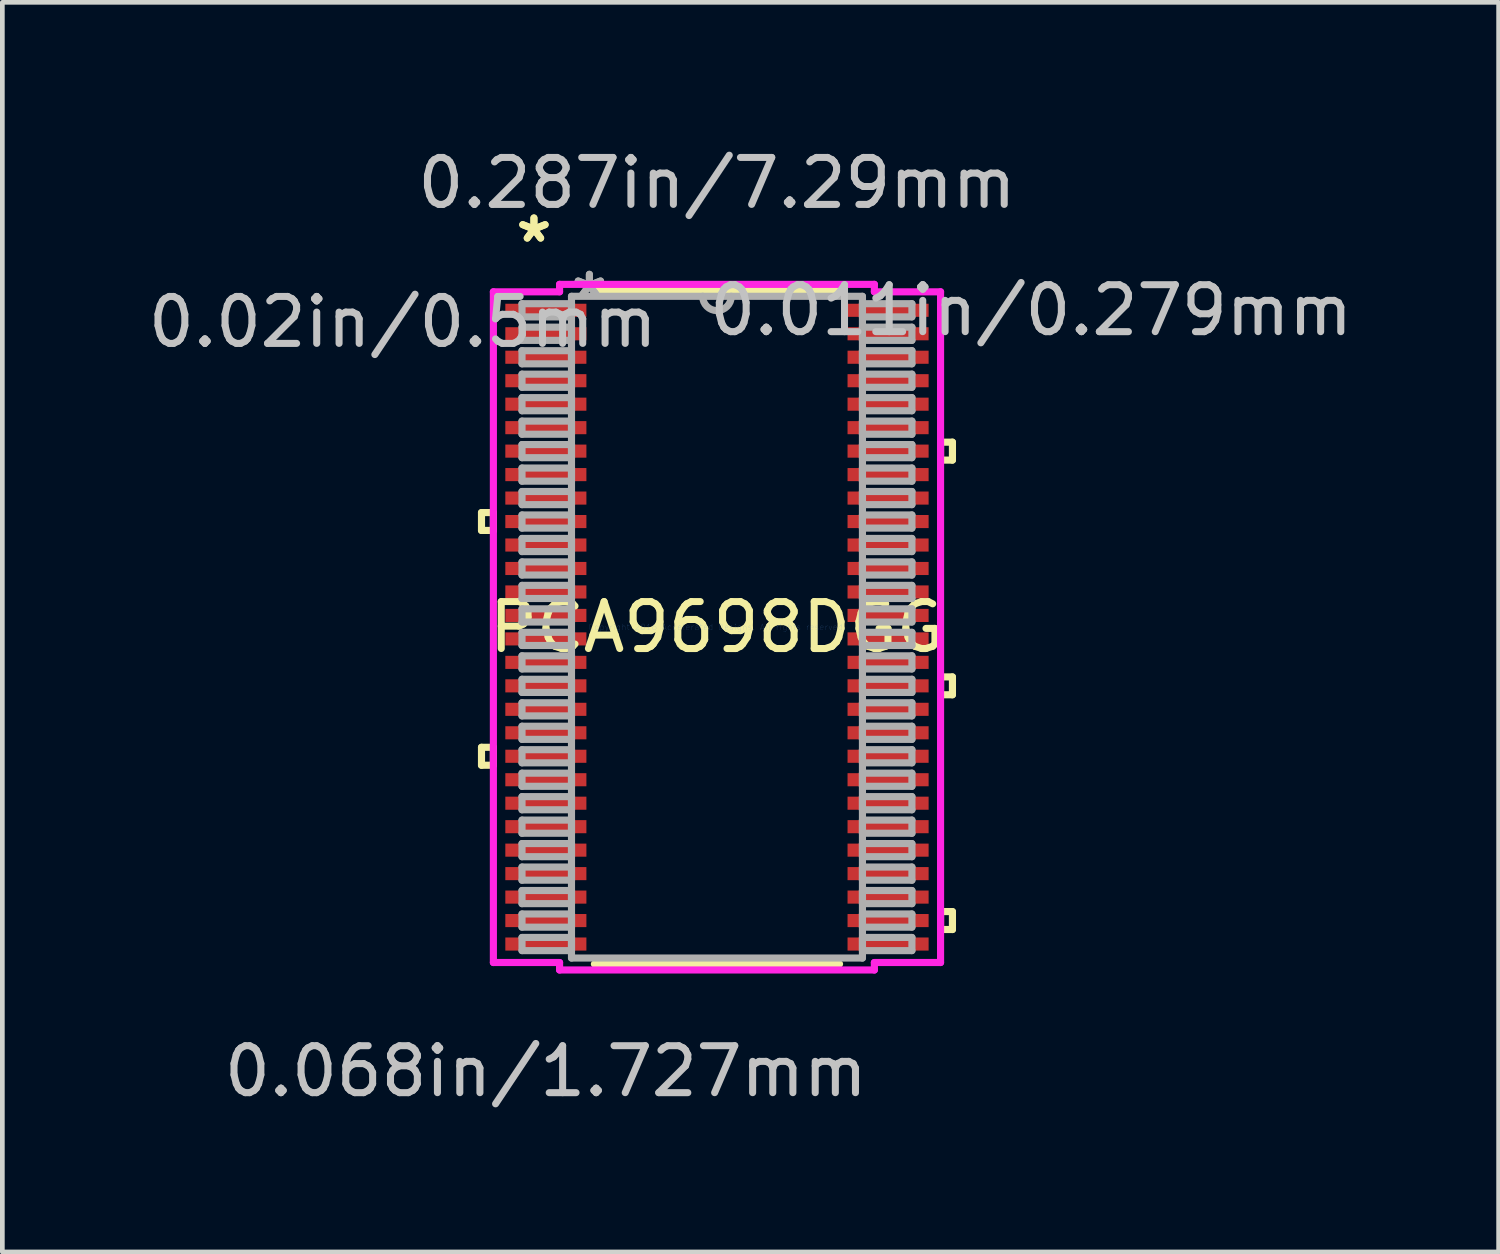
<source format=kicad_pcb>
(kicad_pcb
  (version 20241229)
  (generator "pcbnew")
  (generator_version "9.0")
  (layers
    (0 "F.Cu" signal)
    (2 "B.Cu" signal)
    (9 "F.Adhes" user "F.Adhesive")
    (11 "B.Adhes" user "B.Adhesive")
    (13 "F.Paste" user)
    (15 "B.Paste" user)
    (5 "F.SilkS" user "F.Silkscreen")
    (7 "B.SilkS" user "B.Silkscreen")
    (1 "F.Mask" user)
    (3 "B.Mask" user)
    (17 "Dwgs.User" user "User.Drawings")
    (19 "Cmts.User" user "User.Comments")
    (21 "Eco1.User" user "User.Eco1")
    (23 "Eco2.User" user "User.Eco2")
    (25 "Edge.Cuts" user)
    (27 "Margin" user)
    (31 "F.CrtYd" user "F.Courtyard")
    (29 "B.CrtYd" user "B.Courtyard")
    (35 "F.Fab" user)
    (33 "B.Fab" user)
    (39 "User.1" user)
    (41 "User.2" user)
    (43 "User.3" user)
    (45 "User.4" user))
  (footprint "PCA9698DGG"
    (layer "F.Cu")
    (at 12.223 10.31)
    (property "Reference" "PCA9698DGG" (at 0 0 0) (layer "F.SilkS") (effects (font (size 1 1) (thickness 0.15))))
    (attr through_hole)
    (fp_line (start -5.016 -2.441) (end -5.016 -2.06) (stroke (width 0.152) (type solid)) (layer "F.SilkS"))
    (fp_line (start -5.016 -2.06) (end -4.763 -2.06) (stroke (width 0.152) (type solid)) (layer "F.SilkS"))
    (fp_line (start -5.016 2.559) (end -5.016 2.941) (stroke (width 0.152) (type solid)) (layer "F.SilkS"))
    (fp_line (start -5.016 2.941) (end -4.763 2.941) (stroke (width 0.152) (type solid)) (layer "F.SilkS"))
    (fp_line (start -4.763 -2.441) (end -5.016 -2.441) (stroke (width 0.152) (type solid)) (layer "F.SilkS"))
    (fp_line (start -4.763 -2.06) (end -4.763 -2.441) (stroke (width 0.152) (type solid)) (layer "F.SilkS"))
    (fp_line (start -4.763 2.559) (end -5.016 2.559) (stroke (width 0.152) (type solid)) (layer "F.SilkS"))
    (fp_line (start -4.763 2.941) (end -4.763 2.559) (stroke (width 0.152) (type solid)) (layer "F.SilkS"))
    (fp_line (start -2.611 7.176) (end 2.611 7.176) (stroke (width 0.152) (type solid)) (layer "F.SilkS"))
    (fp_line (start 2.611 -7.176) (end -2.611 -7.176) (stroke (width 0.152) (type solid)) (layer "F.SilkS"))
    (fp_line (start 4.763 -3.941) (end 5.016 -3.941) (stroke (width 0.152) (type solid)) (layer "F.SilkS"))
    (fp_line (start 4.763 -3.559) (end 4.763 -3.941) (stroke (width 0.152) (type solid)) (layer "F.SilkS"))
    (fp_line (start 4.763 1.06) (end 5.016 1.06) (stroke (width 0.152) (type solid)) (layer "F.SilkS"))
    (fp_line (start 4.763 1.44) (end 4.763 1.06) (stroke (width 0.152) (type solid)) (layer "F.SilkS"))
    (fp_line (start 4.763 6.059) (end 5.016 6.059) (stroke (width 0.152) (type solid)) (layer "F.SilkS"))
    (fp_line (start 4.763 6.441) (end 4.763 6.059) (stroke (width 0.152) (type solid)) (layer "F.SilkS"))
    (fp_line (start 5.016 -3.941) (end 5.016 -3.559) (stroke (width 0.152) (type solid)) (layer "F.SilkS"))
    (fp_line (start 5.016 -3.559) (end 4.763 -3.559) (stroke (width 0.152) (type solid)) (layer "F.SilkS"))
    (fp_line (start 5.016 1.06) (end 5.016 1.44) (stroke (width 0.152) (type solid)) (layer "F.SilkS"))
    (fp_line (start 5.016 1.44) (end 4.763 1.44) (stroke (width 0.152) (type solid)) (layer "F.SilkS"))
    (fp_line (start 5.016 6.059) (end 5.016 6.441) (stroke (width 0.152) (type solid)) (layer "F.SilkS"))
    (fp_line (start 5.016 6.441) (end 4.763 6.441) (stroke (width 0.152) (type solid)) (layer "F.SilkS"))
    (fp_line (start -4.763 -7.144) (end -3.353 -7.144) (stroke (width 0.152) (type solid)) (layer "F.CrtYd"))
    (fp_line (start -4.763 7.144) (end -4.763 -7.144) (stroke (width 0.152) (type solid)) (layer "F.CrtYd"))
    (fp_line (start -3.353 -7.303) (end 3.353 -7.303) (stroke (width 0.152) (type solid)) (layer "F.CrtYd"))
    (fp_line (start -3.353 -7.144) (end -3.353 -7.303) (stroke (width 0.152) (type solid)) (layer "F.CrtYd"))
    (fp_line (start -3.353 7.144) (end -4.763 7.144) (stroke (width 0.152) (type solid)) (layer "F.CrtYd"))
    (fp_line (start -3.353 7.303) (end -3.353 7.144) (stroke (width 0.152) (type solid)) (layer "F.CrtYd"))
    (fp_line (start 3.353 -7.303) (end 3.353 -7.144) (stroke (width 0.152) (type solid)) (layer "F.CrtYd"))
    (fp_line (start 3.353 -7.144) (end 4.763 -7.144) (stroke (width 0.152) (type solid)) (layer "F.CrtYd"))
    (fp_line (start 3.353 7.144) (end 3.353 7.303) (stroke (width 0.152) (type solid)) (layer "F.CrtYd"))
    (fp_line (start 3.353 7.303) (end -3.353 7.303) (stroke (width 0.152) (type solid)) (layer "F.CrtYd"))
    (fp_line (start 4.763 -7.144) (end 4.763 7.144) (stroke (width 0.152) (type solid)) (layer "F.CrtYd"))
    (fp_line (start 4.763 7.144) (end 3.353 7.144) (stroke (width 0.152) (type solid)) (layer "F.CrtYd"))
    (fp_line (start -4.153 -6.89) (end -4.153 -6.61) (stroke (width 0.152) (type solid)) (layer "F.Fab"))
    (fp_line (start -4.153 -6.61) (end -3.099 -6.61) (stroke (width 0.152) (type solid)) (layer "F.Fab"))
    (fp_line (start -4.153 -6.39) (end -4.153 -6.11) (stroke (width 0.152) (type solid)) (layer "F.Fab"))
    (fp_line (start -4.153 -6.11) (end -3.099 -6.11) (stroke (width 0.152) (type solid)) (layer "F.Fab"))
    (fp_line (start -4.153 -5.89) (end -4.153 -5.61) (stroke (width 0.152) (type solid)) (layer "F.Fab"))
    (fp_line (start -4.153 -5.61) (end -3.099 -5.61) (stroke (width 0.152) (type solid)) (layer "F.Fab"))
    (fp_line (start -4.153 -5.39) (end -4.153 -5.11) (stroke (width 0.152) (type solid)) (layer "F.Fab"))
    (fp_line (start -4.153 -5.11) (end -3.099 -5.11) (stroke (width 0.152) (type solid)) (layer "F.Fab"))
    (fp_line (start -4.153 -4.89) (end -4.153 -4.61) (stroke (width 0.152) (type solid)) (layer "F.Fab"))
    (fp_line (start -4.153 -4.61) (end -3.099 -4.61) (stroke (width 0.152) (type solid)) (layer "F.Fab"))
    (fp_line (start -4.153 -4.39) (end -4.153 -4.11) (stroke (width 0.152) (type solid)) (layer "F.Fab"))
    (fp_line (start -4.153 -4.11) (end -3.099 -4.11) (stroke (width 0.152) (type solid)) (layer "F.Fab"))
    (fp_line (start -4.153 -3.89) (end -4.153 -3.61) (stroke (width 0.152) (type solid)) (layer "F.Fab"))
    (fp_line (start -4.153 -3.61) (end -3.099 -3.61) (stroke (width 0.152) (type solid)) (layer "F.Fab"))
    (fp_line (start -4.153 -3.39) (end -4.153 -3.11) (stroke (width 0.152) (type solid)) (layer "F.Fab"))
    (fp_line (start -4.153 -3.11) (end -3.099 -3.11) (stroke (width 0.152) (type solid)) (layer "F.Fab"))
    (fp_line (start -4.153 -2.89) (end -4.153 -2.61) (stroke (width 0.152) (type solid)) (layer "F.Fab"))
    (fp_line (start -4.153 -2.61) (end -3.099 -2.61) (stroke (width 0.152) (type solid)) (layer "F.Fab"))
    (fp_line (start -4.153 -2.39) (end -4.153 -2.11) (stroke (width 0.152) (type solid)) (layer "F.Fab"))
    (fp_line (start -4.153 -2.11) (end -3.099 -2.11) (stroke (width 0.152) (type solid)) (layer "F.Fab"))
    (fp_line (start -4.153 -1.89) (end -4.153 -1.61) (stroke (width 0.152) (type solid)) (layer "F.Fab"))
    (fp_line (start -4.153 -1.61) (end -3.099 -1.61) (stroke (width 0.152) (type solid)) (layer "F.Fab"))
    (fp_line (start -4.153 -1.39) (end -4.153 -1.11) (stroke (width 0.152) (type solid)) (layer "F.Fab"))
    (fp_line (start -4.153 -1.11) (end -3.099 -1.11) (stroke (width 0.152) (type solid)) (layer "F.Fab"))
    (fp_line (start -4.153 -0.89) (end -4.153 -0.61) (stroke (width 0.152) (type solid)) (layer "F.Fab"))
    (fp_line (start -4.153 -0.61) (end -3.099 -0.61) (stroke (width 0.152) (type solid)) (layer "F.Fab"))
    (fp_line (start -4.153 -0.39) (end -4.153 -0.11) (stroke (width 0.152) (type solid)) (layer "F.Fab"))
    (fp_line (start -4.153 -0.11) (end -3.099 -0.11) (stroke (width 0.152) (type solid)) (layer "F.Fab"))
    (fp_line (start -4.153 0.11) (end -4.153 0.39) (stroke (width 0.152) (type solid)) (layer "F.Fab"))
    (fp_line (start -4.153 0.39) (end -3.099 0.39) (stroke (width 0.152) (type solid)) (layer "F.Fab"))
    (fp_line (start -4.153 0.61) (end -4.153 0.89) (stroke (width 0.152) (type solid)) (layer "F.Fab"))
    (fp_line (start -4.153 0.89) (end -3.099 0.89) (stroke (width 0.152) (type solid)) (layer "F.Fab"))
    (fp_line (start -4.153 1.11) (end -4.153 1.39) (stroke (width 0.152) (type solid)) (layer "F.Fab"))
    (fp_line (start -4.153 1.39) (end -3.099 1.39) (stroke (width 0.152) (type solid)) (layer "F.Fab"))
    (fp_line (start -4.153 1.61) (end -4.153 1.89) (stroke (width 0.152) (type solid)) (layer "F.Fab"))
    (fp_line (start -4.153 1.89) (end -3.099 1.89) (stroke (width 0.152) (type solid)) (layer "F.Fab"))
    (fp_line (start -4.153 2.11) (end -4.153 2.39) (stroke (width 0.152) (type solid)) (layer "F.Fab"))
    (fp_line (start -4.153 2.39) (end -3.099 2.39) (stroke (width 0.152) (type solid)) (layer "F.Fab"))
    (fp_line (start -4.153 2.61) (end -4.153 2.89) (stroke (width 0.152) (type solid)) (layer "F.Fab"))
    (fp_line (start -4.153 2.89) (end -3.099 2.89) (stroke (width 0.152) (type solid)) (layer "F.Fab"))
    (fp_line (start -4.153 3.11) (end -4.153 3.39) (stroke (width 0.152) (type solid)) (layer "F.Fab"))
    (fp_line (start -4.153 3.39) (end -3.099 3.39) (stroke (width 0.152) (type solid)) (layer "F.Fab"))
    (fp_line (start -4.153 3.61) (end -4.153 3.89) (stroke (width 0.152) (type solid)) (layer "F.Fab"))
    (fp_line (start -4.153 3.89) (end -3.099 3.89) (stroke (width 0.152) (type solid)) (layer "F.Fab"))
    (fp_line (start -4.153 4.11) (end -4.153 4.39) (stroke (width 0.152) (type solid)) (layer "F.Fab"))
    (fp_line (start -4.153 4.39) (end -3.099 4.39) (stroke (width 0.152) (type solid)) (layer "F.Fab"))
    (fp_line (start -4.153 4.61) (end -4.153 4.89) (stroke (width 0.152) (type solid)) (layer "F.Fab"))
    (fp_line (start -4.153 4.89) (end -3.099 4.89) (stroke (width 0.152) (type solid)) (layer "F.Fab"))
    (fp_line (start -4.153 5.11) (end -4.153 5.39) (stroke (width 0.152) (type solid)) (layer "F.Fab"))
    (fp_line (start -4.153 5.39) (end -3.099 5.39) (stroke (width 0.152) (type solid)) (layer "F.Fab"))
    (fp_line (start -4.153 5.61) (end -4.153 5.89) (stroke (width 0.152) (type solid)) (layer "F.Fab"))
    (fp_line (start -4.153 5.89) (end -3.099 5.89) (stroke (width 0.152) (type solid)) (layer "F.Fab"))
    (fp_line (start -4.153 6.11) (end -4.153 6.39) (stroke (width 0.152) (type solid)) (layer "F.Fab"))
    (fp_line (start -4.153 6.39) (end -3.099 6.39) (stroke (width 0.152) (type solid)) (layer "F.Fab"))
    (fp_line (start -4.153 6.61) (end -4.153 6.89) (stroke (width 0.152) (type solid)) (layer "F.Fab"))
    (fp_line (start -4.153 6.89) (end -3.099 6.89) (stroke (width 0.152) (type solid)) (layer "F.Fab"))
    (fp_line (start -3.099 -7.048) (end -3.099 7.048) (stroke (width 0.152) (type solid)) (layer "F.Fab"))
    (fp_line (start -3.099 -6.89) (end -4.153 -6.89) (stroke (width 0.152) (type solid)) (layer "F.Fab"))
    (fp_line (start -3.099 -6.61) (end -3.099 -6.89) (stroke (width 0.152) (type solid)) (layer "F.Fab"))
    (fp_line (start -3.099 -6.39) (end -4.153 -6.39) (stroke (width 0.152) (type solid)) (layer "F.Fab"))
    (fp_line (start -3.099 -6.11) (end -3.099 -6.39) (stroke (width 0.152) (type solid)) (layer "F.Fab"))
    (fp_line (start -3.099 -5.89) (end -4.153 -5.89) (stroke (width 0.152) (type solid)) (layer "F.Fab"))
    (fp_line (start -3.099 -5.61) (end -3.099 -5.89) (stroke (width 0.152) (type solid)) (layer "F.Fab"))
    (fp_line (start -3.099 -5.39) (end -4.153 -5.39) (stroke (width 0.152) (type solid)) (layer "F.Fab"))
    (fp_line (start -3.099 -5.11) (end -3.099 -5.39) (stroke (width 0.152) (type solid)) (layer "F.Fab"))
    (fp_line (start -3.099 -4.89) (end -4.153 -4.89) (stroke (width 0.152) (type solid)) (layer "F.Fab"))
    (fp_line (start -3.099 -4.61) (end -3.099 -4.89) (stroke (width 0.152) (type solid)) (layer "F.Fab"))
    (fp_line (start -3.099 -4.39) (end -4.153 -4.39) (stroke (width 0.152) (type solid)) (layer "F.Fab"))
    (fp_line (start -3.099 -4.11) (end -3.099 -4.39) (stroke (width 0.152) (type solid)) (layer "F.Fab"))
    (fp_line (start -3.099 -3.89) (end -4.153 -3.89) (stroke (width 0.152) (type solid)) (layer "F.Fab"))
    (fp_line (start -3.099 -3.61) (end -3.099 -3.89) (stroke (width 0.152) (type solid)) (layer "F.Fab"))
    (fp_line (start -3.099 -3.39) (end -4.153 -3.39) (stroke (width 0.152) (type solid)) (layer "F.Fab"))
    (fp_line (start -3.099 -3.11) (end -3.099 -3.39) (stroke (width 0.152) (type solid)) (layer "F.Fab"))
    (fp_line (start -3.099 -2.89) (end -4.153 -2.89) (stroke (width 0.152) (type solid)) (layer "F.Fab"))
    (fp_line (start -3.099 -2.61) (end -3.099 -2.89) (stroke (width 0.152) (type solid)) (layer "F.Fab"))
    (fp_line (start -3.099 -2.39) (end -4.153 -2.39) (stroke (width 0.152) (type solid)) (layer "F.Fab"))
    (fp_line (start -3.099 -2.11) (end -3.099 -2.39) (stroke (width 0.152) (type solid)) (layer "F.Fab"))
    (fp_line (start -3.099 -1.89) (end -4.153 -1.89) (stroke (width 0.152) (type solid)) (layer "F.Fab"))
    (fp_line (start -3.099 -1.61) (end -3.099 -1.89) (stroke (width 0.152) (type solid)) (layer "F.Fab"))
    (fp_line (start -3.099 -1.39) (end -4.153 -1.39) (stroke (width 0.152) (type solid)) (layer "F.Fab"))
    (fp_line (start -3.099 -1.11) (end -3.099 -1.39) (stroke (width 0.152) (type solid)) (layer "F.Fab"))
    (fp_line (start -3.099 -0.89) (end -4.153 -0.89) (stroke (width 0.152) (type solid)) (layer "F.Fab"))
    (fp_line (start -3.099 -0.61) (end -3.099 -0.89) (stroke (width 0.152) (type solid)) (layer "F.Fab"))
    (fp_line (start -3.099 -0.39) (end -4.153 -0.39) (stroke (width 0.152) (type solid)) (layer "F.Fab"))
    (fp_line (start -3.099 -0.11) (end -3.099 -0.39) (stroke (width 0.152) (type solid)) (layer "F.Fab"))
    (fp_line (start -3.099 0.11) (end -4.153 0.11) (stroke (width 0.152) (type solid)) (layer "F.Fab"))
    (fp_line (start -3.099 0.39) (end -3.099 0.11) (stroke (width 0.152) (type solid)) (layer "F.Fab"))
    (fp_line (start -3.099 0.61) (end -4.153 0.61) (stroke (width 0.152) (type solid)) (layer "F.Fab"))
    (fp_line (start -3.099 0.89) (end -3.099 0.61) (stroke (width 0.152) (type solid)) (layer "F.Fab"))
    (fp_line (start -3.099 1.11) (end -4.153 1.11) (stroke (width 0.152) (type solid)) (layer "F.Fab"))
    (fp_line (start -3.099 1.39) (end -3.099 1.11) (stroke (width 0.152) (type solid)) (layer "F.Fab"))
    (fp_line (start -3.099 1.61) (end -4.153 1.61) (stroke (width 0.152) (type solid)) (layer "F.Fab"))
    (fp_line (start -3.099 1.89) (end -3.099 1.61) (stroke (width 0.152) (type solid)) (layer "F.Fab"))
    (fp_line (start -3.099 2.11) (end -4.153 2.11) (stroke (width 0.152) (type solid)) (layer "F.Fab"))
    (fp_line (start -3.099 2.39) (end -3.099 2.11) (stroke (width 0.152) (type solid)) (layer "F.Fab"))
    (fp_line (start -3.099 2.61) (end -4.153 2.61) (stroke (width 0.152) (type solid)) (layer "F.Fab"))
    (fp_line (start -3.099 2.89) (end -3.099 2.61) (stroke (width 0.152) (type solid)) (layer "F.Fab"))
    (fp_line (start -3.099 3.11) (end -4.153 3.11) (stroke (width 0.152) (type solid)) (layer "F.Fab"))
    (fp_line (start -3.099 3.39) (end -3.099 3.11) (stroke (width 0.152) (type solid)) (layer "F.Fab"))
    (fp_line (start -3.099 3.61) (end -4.153 3.61) (stroke (width 0.152) (type solid)) (layer "F.Fab"))
    (fp_line (start -3.099 3.89) (end -3.099 3.61) (stroke (width 0.152) (type solid)) (layer "F.Fab"))
    (fp_line (start -3.099 4.11) (end -4.153 4.11) (stroke (width 0.152) (type solid)) (layer "F.Fab"))
    (fp_line (start -3.099 4.39) (end -3.099 4.11) (stroke (width 0.152) (type solid)) (layer "F.Fab"))
    (fp_line (start -3.099 4.61) (end -4.153 4.61) (stroke (width 0.152) (type solid)) (layer "F.Fab"))
    (fp_line (start -3.099 4.89) (end -3.099 4.61) (stroke (width 0.152) (type solid)) (layer "F.Fab"))
    (fp_line (start -3.099 5.11) (end -4.153 5.11) (stroke (width 0.152) (type solid)) (layer "F.Fab"))
    (fp_line (start -3.099 5.39) (end -3.099 5.11) (stroke (width 0.152) (type solid)) (layer "F.Fab"))
    (fp_line (start -3.099 5.61) (end -4.153 5.61) (stroke (width 0.152) (type solid)) (layer "F.Fab"))
    (fp_line (start -3.099 5.89) (end -3.099 5.61) (stroke (width 0.152) (type solid)) (layer "F.Fab"))
    (fp_line (start -3.099 6.11) (end -4.153 6.11) (stroke (width 0.152) (type solid)) (layer "F.Fab"))
    (fp_line (start -3.099 6.39) (end -3.099 6.11) (stroke (width 0.152) (type solid)) (layer "F.Fab"))
    (fp_line (start -3.099 6.61) (end -4.153 6.61) (stroke (width 0.152) (type solid)) (layer "F.Fab"))
    (fp_line (start -3.099 6.89) (end -3.099 6.61) (stroke (width 0.152) (type solid)) (layer "F.Fab"))
    (fp_line (start -3.099 7.048) (end 3.099 7.048) (stroke (width 0.152) (type solid)) (layer "F.Fab"))
    (fp_line (start 3.099 -7.048) (end -3.099 -7.048) (stroke (width 0.152) (type solid)) (layer "F.Fab"))
    (fp_line (start 3.099 -6.89) (end 3.099 -6.61) (stroke (width 0.152) (type solid)) (layer "F.Fab"))
    (fp_line (start 3.099 -6.61) (end 4.153 -6.61) (stroke (width 0.152) (type solid)) (layer "F.Fab"))
    (fp_line (start 3.099 -6.39) (end 3.099 -6.11) (stroke (width 0.152) (type solid)) (layer "F.Fab"))
    (fp_line (start 3.099 -6.11) (end 4.153 -6.11) (stroke (width 0.152) (type solid)) (layer "F.Fab"))
    (fp_line (start 3.099 -5.89) (end 3.099 -5.61) (stroke (width 0.152) (type solid)) (layer "F.Fab"))
    (fp_line (start 3.099 -5.61) (end 4.153 -5.61) (stroke (width 0.152) (type solid)) (layer "F.Fab"))
    (fp_line (start 3.099 -5.39) (end 3.099 -5.11) (stroke (width 0.152) (type solid)) (layer "F.Fab"))
    (fp_line (start 3.099 -5.11) (end 4.153 -5.11) (stroke (width 0.152) (type solid)) (layer "F.Fab"))
    (fp_line (start 3.099 -4.89) (end 3.099 -4.61) (stroke (width 0.152) (type solid)) (layer "F.Fab"))
    (fp_line (start 3.099 -4.61) (end 4.153 -4.61) (stroke (width 0.152) (type solid)) (layer "F.Fab"))
    (fp_line (start 3.099 -4.39) (end 3.099 -4.11) (stroke (width 0.152) (type solid)) (layer "F.Fab"))
    (fp_line (start 3.099 -4.11) (end 4.153 -4.11) (stroke (width 0.152) (type solid)) (layer "F.Fab"))
    (fp_line (start 3.099 -3.89) (end 3.099 -3.61) (stroke (width 0.152) (type solid)) (layer "F.Fab"))
    (fp_line (start 3.099 -3.61) (end 4.153 -3.61) (stroke (width 0.152) (type solid)) (layer "F.Fab"))
    (fp_line (start 3.099 -3.39) (end 3.099 -3.11) (stroke (width 0.152) (type solid)) (layer "F.Fab"))
    (fp_line (start 3.099 -3.11) (end 4.153 -3.11) (stroke (width 0.152) (type solid)) (layer "F.Fab"))
    (fp_line (start 3.099 -2.89) (end 3.099 -2.61) (stroke (width 0.152) (type solid)) (layer "F.Fab"))
    (fp_line (start 3.099 -2.61) (end 4.153 -2.61) (stroke (width 0.152) (type solid)) (layer "F.Fab"))
    (fp_line (start 3.099 -2.39) (end 3.099 -2.11) (stroke (width 0.152) (type solid)) (layer "F.Fab"))
    (fp_line (start 3.099 -2.11) (end 4.153 -2.11) (stroke (width 0.152) (type solid)) (layer "F.Fab"))
    (fp_line (start 3.099 -1.89) (end 3.099 -1.61) (stroke (width 0.152) (type solid)) (layer "F.Fab"))
    (fp_line (start 3.099 -1.61) (end 4.153 -1.61) (stroke (width 0.152) (type solid)) (layer "F.Fab"))
    (fp_line (start 3.099 -1.39) (end 3.099 -1.11) (stroke (width 0.152) (type solid)) (layer "F.Fab"))
    (fp_line (start 3.099 -1.11) (end 4.153 -1.11) (stroke (width 0.152) (type solid)) (layer "F.Fab"))
    (fp_line (start 3.099 -0.89) (end 3.099 -0.61) (stroke (width 0.152) (type solid)) (layer "F.Fab"))
    (fp_line (start 3.099 -0.61) (end 4.153 -0.61) (stroke (width 0.152) (type solid)) (layer "F.Fab"))
    (fp_line (start 3.099 -0.39) (end 3.099 -0.11) (stroke (width 0.152) (type solid)) (layer "F.Fab"))
    (fp_line (start 3.099 -0.11) (end 4.153 -0.11) (stroke (width 0.152) (type solid)) (layer "F.Fab"))
    (fp_line (start 3.099 0.11) (end 3.099 0.39) (stroke (width 0.152) (type solid)) (layer "F.Fab"))
    (fp_line (start 3.099 0.39) (end 4.153 0.39) (stroke (width 0.152) (type solid)) (layer "F.Fab"))
    (fp_line (start 3.099 0.61) (end 3.099 0.89) (stroke (width 0.152) (type solid)) (layer "F.Fab"))
    (fp_line (start 3.099 0.89) (end 4.153 0.89) (stroke (width 0.152) (type solid)) (layer "F.Fab"))
    (fp_line (start 3.099 1.11) (end 3.099 1.39) (stroke (width 0.152) (type solid)) (layer "F.Fab"))
    (fp_line (start 3.099 1.39) (end 4.153 1.39) (stroke (width 0.152) (type solid)) (layer "F.Fab"))
    (fp_line (start 3.099 1.61) (end 3.099 1.89) (stroke (width 0.152) (type solid)) (layer "F.Fab"))
    (fp_line (start 3.099 1.89) (end 4.153 1.89) (stroke (width 0.152) (type solid)) (layer "F.Fab"))
    (fp_line (start 3.099 2.11) (end 3.099 2.39) (stroke (width 0.152) (type solid)) (layer "F.Fab"))
    (fp_line (start 3.099 2.39) (end 4.153 2.39) (stroke (width 0.152) (type solid)) (layer "F.Fab"))
    (fp_line (start 3.099 2.61) (end 3.099 2.89) (stroke (width 0.152) (type solid)) (layer "F.Fab"))
    (fp_line (start 3.099 2.89) (end 4.153 2.89) (stroke (width 0.152) (type solid)) (layer "F.Fab"))
    (fp_line (start 3.099 3.11) (end 3.099 3.39) (stroke (width 0.152) (type solid)) (layer "F.Fab"))
    (fp_line (start 3.099 3.39) (end 4.153 3.39) (stroke (width 0.152) (type solid)) (layer "F.Fab"))
    (fp_line (start 3.099 3.61) (end 3.099 3.89) (stroke (width 0.152) (type solid)) (layer "F.Fab"))
    (fp_line (start 3.099 3.89) (end 4.153 3.89) (stroke (width 0.152) (type solid)) (layer "F.Fab"))
    (fp_line (start 3.099 4.11) (end 3.099 4.39) (stroke (width 0.152) (type solid)) (layer "F.Fab"))
    (fp_line (start 3.099 4.39) (end 4.153 4.39) (stroke (width 0.152) (type solid)) (layer "F.Fab"))
    (fp_line (start 3.099 4.61) (end 3.099 4.89) (stroke (width 0.152) (type solid)) (layer "F.Fab"))
    (fp_line (start 3.099 4.89) (end 4.153 4.89) (stroke (width 0.152) (type solid)) (layer "F.Fab"))
    (fp_line (start 3.099 5.11) (end 3.099 5.39) (stroke (width 0.152) (type solid)) (layer "F.Fab"))
    (fp_line (start 3.099 5.39) (end 4.153 5.39) (stroke (width 0.152) (type solid)) (layer "F.Fab"))
    (fp_line (start 3.099 5.61) (end 3.099 5.89) (stroke (width 0.152) (type solid)) (layer "F.Fab"))
    (fp_line (start 3.099 5.89) (end 4.153 5.89) (stroke (width 0.152) (type solid)) (layer "F.Fab"))
    (fp_line (start 3.099 6.11) (end 3.099 6.39) (stroke (width 0.152) (type solid)) (layer "F.Fab"))
    (fp_line (start 3.099 6.39) (end 4.153 6.39) (stroke (width 0.152) (type solid)) (layer "F.Fab"))
    (fp_line (start 3.099 6.61) (end 3.099 6.89) (stroke (width 0.152) (type solid)) (layer "F.Fab"))
    (fp_line (start 3.099 6.89) (end 4.153 6.89) (stroke (width 0.152) (type solid)) (layer "F.Fab"))
    (fp_line (start 3.099 7.048) (end 3.099 -7.048) (stroke (width 0.152) (type solid)) (layer "F.Fab"))
    (fp_line (start 4.153 -6.89) (end 3.099 -6.89) (stroke (width 0.152) (type solid)) (layer "F.Fab"))
    (fp_line (start 4.153 -6.61) (end 4.153 -6.89) (stroke (width 0.152) (type solid)) (layer "F.Fab"))
    (fp_line (start 4.153 -6.39) (end 3.099 -6.39) (stroke (width 0.152) (type solid)) (layer "F.Fab"))
    (fp_line (start 4.153 -6.11) (end 4.153 -6.39) (stroke (width 0.152) (type solid)) (layer "F.Fab"))
    (fp_line (start 4.153 -5.89) (end 3.099 -5.89) (stroke (width 0.152) (type solid)) (layer "F.Fab"))
    (fp_line (start 4.153 -5.61) (end 4.153 -5.89) (stroke (width 0.152) (type solid)) (layer "F.Fab"))
    (fp_line (start 4.153 -5.39) (end 3.099 -5.39) (stroke (width 0.152) (type solid)) (layer "F.Fab"))
    (fp_line (start 4.153 -5.11) (end 4.153 -5.39) (stroke (width 0.152) (type solid)) (layer "F.Fab"))
    (fp_line (start 4.153 -4.89) (end 3.099 -4.89) (stroke (width 0.152) (type solid)) (layer "F.Fab"))
    (fp_line (start 4.153 -4.61) (end 4.153 -4.89) (stroke (width 0.152) (type solid)) (layer "F.Fab"))
    (fp_line (start 4.153 -4.39) (end 3.099 -4.39) (stroke (width 0.152) (type solid)) (layer "F.Fab"))
    (fp_line (start 4.153 -4.11) (end 4.153 -4.39) (stroke (width 0.152) (type solid)) (layer "F.Fab"))
    (fp_line (start 4.153 -3.89) (end 3.099 -3.89) (stroke (width 0.152) (type solid)) (layer "F.Fab"))
    (fp_line (start 4.153 -3.61) (end 4.153 -3.89) (stroke (width 0.152) (type solid)) (layer "F.Fab"))
    (fp_line (start 4.153 -3.39) (end 3.099 -3.39) (stroke (width 0.152) (type solid)) (layer "F.Fab"))
    (fp_line (start 4.153 -3.11) (end 4.153 -3.39) (stroke (width 0.152) (type solid)) (layer "F.Fab"))
    (fp_line (start 4.153 -2.89) (end 3.099 -2.89) (stroke (width 0.152) (type solid)) (layer "F.Fab"))
    (fp_line (start 4.153 -2.61) (end 4.153 -2.89) (stroke (width 0.152) (type solid)) (layer "F.Fab"))
    (fp_line (start 4.153 -2.39) (end 3.099 -2.39) (stroke (width 0.152) (type solid)) (layer "F.Fab"))
    (fp_line (start 4.153 -2.11) (end 4.153 -2.39) (stroke (width 0.152) (type solid)) (layer "F.Fab"))
    (fp_line (start 4.153 -1.89) (end 3.099 -1.89) (stroke (width 0.152) (type solid)) (layer "F.Fab"))
    (fp_line (start 4.153 -1.61) (end 4.153 -1.89) (stroke (width 0.152) (type solid)) (layer "F.Fab"))
    (fp_line (start 4.153 -1.39) (end 3.099 -1.39) (stroke (width 0.152) (type solid)) (layer "F.Fab"))
    (fp_line (start 4.153 -1.11) (end 4.153 -1.39) (stroke (width 0.152) (type solid)) (layer "F.Fab"))
    (fp_line (start 4.153 -0.89) (end 3.099 -0.89) (stroke (width 0.152) (type solid)) (layer "F.Fab"))
    (fp_line (start 4.153 -0.61) (end 4.153 -0.89) (stroke (width 0.152) (type solid)) (layer "F.Fab"))
    (fp_line (start 4.153 -0.39) (end 3.099 -0.39) (stroke (width 0.152) (type solid)) (layer "F.Fab"))
    (fp_line (start 4.153 -0.11) (end 4.153 -0.39) (stroke (width 0.152) (type solid)) (layer "F.Fab"))
    (fp_line (start 4.153 0.11) (end 3.099 0.11) (stroke (width 0.152) (type solid)) (layer "F.Fab"))
    (fp_line (start 4.153 0.39) (end 4.153 0.11) (stroke (width 0.152) (type solid)) (layer "F.Fab"))
    (fp_line (start 4.153 0.61) (end 3.099 0.61) (stroke (width 0.152) (type solid)) (layer "F.Fab"))
    (fp_line (start 4.153 0.89) (end 4.153 0.61) (stroke (width 0.152) (type solid)) (layer "F.Fab"))
    (fp_line (start 4.153 1.11) (end 3.099 1.11) (stroke (width 0.152) (type solid)) (layer "F.Fab"))
    (fp_line (start 4.153 1.39) (end 4.153 1.11) (stroke (width 0.152) (type solid)) (layer "F.Fab"))
    (fp_line (start 4.153 1.61) (end 3.099 1.61) (stroke (width 0.152) (type solid)) (layer "F.Fab"))
    (fp_line (start 4.153 1.89) (end 4.153 1.61) (stroke (width 0.152) (type solid)) (layer "F.Fab"))
    (fp_line (start 4.153 2.11) (end 3.099 2.11) (stroke (width 0.152) (type solid)) (layer "F.Fab"))
    (fp_line (start 4.153 2.39) (end 4.153 2.11) (stroke (width 0.152) (type solid)) (layer "F.Fab"))
    (fp_line (start 4.153 2.61) (end 3.099 2.61) (stroke (width 0.152) (type solid)) (layer "F.Fab"))
    (fp_line (start 4.153 2.89) (end 4.153 2.61) (stroke (width 0.152) (type solid)) (layer "F.Fab"))
    (fp_line (start 4.153 3.11) (end 3.099 3.11) (stroke (width 0.152) (type solid)) (layer "F.Fab"))
    (fp_line (start 4.153 3.39) (end 4.153 3.11) (stroke (width 0.152) (type solid)) (layer "F.Fab"))
    (fp_line (start 4.153 3.61) (end 3.099 3.61) (stroke (width 0.152) (type solid)) (layer "F.Fab"))
    (fp_line (start 4.153 3.89) (end 4.153 3.61) (stroke (width 0.152) (type solid)) (layer "F.Fab"))
    (fp_line (start 4.153 4.11) (end 3.099 4.11) (stroke (width 0.152) (type solid)) (layer "F.Fab"))
    (fp_line (start 4.153 4.39) (end 4.153 4.11) (stroke (width 0.152) (type solid)) (layer "F.Fab"))
    (fp_line (start 4.153 4.61) (end 3.099 4.61) (stroke (width 0.152) (type solid)) (layer "F.Fab"))
    (fp_line (start 4.153 4.89) (end 4.153 4.61) (stroke (width 0.152) (type solid)) (layer "F.Fab"))
    (fp_line (start 4.153 5.11) (end 3.099 5.11) (stroke (width 0.152) (type solid)) (layer "F.Fab"))
    (fp_line (start 4.153 5.39) (end 4.153 5.11) (stroke (width 0.152) (type solid)) (layer "F.Fab"))
    (fp_line (start 4.153 5.61) (end 3.099 5.61) (stroke (width 0.152) (type solid)) (layer "F.Fab"))
    (fp_line (start 4.153 5.89) (end 4.153 5.61) (stroke (width 0.152) (type solid)) (layer "F.Fab"))
    (fp_line (start 4.153 6.11) (end 3.099 6.11) (stroke (width 0.152) (type solid)) (layer "F.Fab"))
    (fp_line (start 4.153 6.39) (end 4.153 6.11) (stroke (width 0.152) (type solid)) (layer "F.Fab"))
    (fp_line (start 4.153 6.61) (end 3.099 6.61) (stroke (width 0.152) (type solid)) (layer "F.Fab"))
    (fp_line (start 4.153 6.89) (end 4.153 6.61) (stroke (width 0.152) (type solid)) (layer "F.Fab"))
    (fp_arc (start 0.3048 -7.0485) (mid 0 -6.7437) (end -0.3048 -7.0485) (stroke (width 0.1524) (type solid)) (layer "F.Fab"))
    (fp_text user "*" (at -3.899 -8.172 0) (layer "F.SilkS") (effects (font (size 1 1) (thickness 0.15))))
    (fp_text user "*" (at -3.899 -8.172 0) (layer "F.SilkS") (effects (font (size 1 1) (thickness 0.15))))
    (fp_text user "0.02in/0.5mm" (at -6.693 -6.5 0) (layer "Dwgs.User") (effects (font (size 1 1) (thickness 0.15))))
    (fp_text user "0.011in/0.279mm" (at 6.693 -6.75 0) (layer "Dwgs.User") (effects (font (size 1 1) (thickness 0.15))))
    (fp_text user "0.287in/7.29mm" (at 0 -9.461 0) (layer "Dwgs.User") (effects (font (size 1 1) (thickness 0.15))))
    (fp_text user "0.068in/1.727mm" (at -3.645 9.461 0) (layer "Dwgs.User") (effects (font (size 1 1) (thickness 0.15))))
    (fp_text user "Copyright 2016 Accelerated Designs. All rights reserved." (at 0 0 0) (layer "Cmts.User") (effects (font (size 0.127 0.127) (thickness 0.002))))
    (fp_text user "*" (at -2.718 -6.972 0) (layer "F.Fab") (effects (font (size 1 1) (thickness 0.15))))
    (fp_text user "*" (at -2.718 -6.972 0) (layer "F.Fab") (effects (font (size 1 1) (thickness 0.15))))
    (pad "1" smd rect (at -3.645 -6.75) (size 1.727 0.279) (layers "F.Cu" "F.Mask" "F.Paste"))
    (pad "2" smd rect (at -3.645 -6.25) (size 1.727 0.279) (layers "F.Cu" "F.Mask" "F.Paste"))
    (pad "3" smd rect (at -3.645 -5.75) (size 1.727 0.279) (layers "F.Cu" "F.Mask" "F.Paste"))
    (pad "4" smd rect (at -3.645 -5.25) (size 1.727 0.279) (layers "F.Cu" "F.Mask" "F.Paste"))
    (pad "5" smd rect (at -3.645 -4.75) (size 1.727 0.279) (layers "F.Cu" "F.Mask" "F.Paste"))
    (pad "6" smd rect (at -3.645 -4.25) (size 1.727 0.279) (layers "F.Cu" "F.Mask" "F.Paste"))
    (pad "7" smd rect (at -3.645 -3.75) (size 1.727 0.279) (layers "F.Cu" "F.Mask" "F.Paste"))
    (pad "8" smd rect (at -3.645 -3.25) (size 1.727 0.279) (layers "F.Cu" "F.Mask" "F.Paste"))
    (pad "9" smd rect (at -3.645 -2.75) (size 1.727 0.279) (layers "F.Cu" "F.Mask" "F.Paste"))
    (pad "10" smd rect (at -3.645 -2.25) (size 1.727 0.279) (layers "F.Cu" "F.Mask" "F.Paste"))
    (pad "11" smd rect (at -3.645 -1.75) (size 1.727 0.279) (layers "F.Cu" "F.Mask" "F.Paste"))
    (pad "12" smd rect (at -3.645 -1.25) (size 1.727 0.279) (layers "F.Cu" "F.Mask" "F.Paste"))
    (pad "13" smd rect (at -3.645 -0.75) (size 1.727 0.279) (layers "F.Cu" "F.Mask" "F.Paste"))
    (pad "14" smd rect (at -3.645 -0.25) (size 1.727 0.279) (layers "F.Cu" "F.Mask" "F.Paste"))
    (pad "15" smd rect (at -3.645 0.25) (size 1.727 0.279) (layers "F.Cu" "F.Mask" "F.Paste"))
    (pad "16" smd rect (at -3.645 0.75) (size 1.727 0.279) (layers "F.Cu" "F.Mask" "F.Paste"))
    (pad "17" smd rect (at -3.645 1.25) (size 1.727 0.279) (layers "F.Cu" "F.Mask" "F.Paste"))
    (pad "18" smd rect (at -3.645 1.75) (size 1.727 0.279) (layers "F.Cu" "F.Mask" "F.Paste"))
    (pad "19" smd rect (at -3.645 2.25) (size 1.727 0.279) (layers "F.Cu" "F.Mask" "F.Paste"))
    (pad "20" smd rect (at -3.645 2.75) (size 1.727 0.279) (layers "F.Cu" "F.Mask" "F.Paste"))
    (pad "21" smd rect (at -3.645 3.25) (size 1.727 0.279) (layers "F.Cu" "F.Mask" "F.Paste"))
    (pad "22" smd rect (at -3.645 3.75) (size 1.727 0.279) (layers "F.Cu" "F.Mask" "F.Paste"))
    (pad "23" smd rect (at -3.645 4.25) (size 1.727 0.279) (layers "F.Cu" "F.Mask" "F.Paste"))
    (pad "24" smd rect (at -3.645 4.75) (size 1.727 0.279) (layers "F.Cu" "F.Mask" "F.Paste"))
    (pad "25" smd rect (at -3.645 5.25) (size 1.727 0.279) (layers "F.Cu" "F.Mask" "F.Paste"))
    (pad "26" smd rect (at -3.645 5.75) (size 1.727 0.279) (layers "F.Cu" "F.Mask" "F.Paste"))
    (pad "27" smd rect (at -3.645 6.25) (size 1.727 0.279) (layers "F.Cu" "F.Mask" "F.Paste"))
    (pad "28" smd rect (at -3.645 6.75) (size 1.727 0.279) (layers "F.Cu" "F.Mask" "F.Paste"))
    (pad "29" smd rect (at 3.645 6.75) (size 1.727 0.279) (layers "F.Cu" "F.Mask" "F.Paste"))
    (pad "30" smd rect (at 3.645 6.25) (size 1.727 0.279) (layers "F.Cu" "F.Mask" "F.Paste"))
    (pad "31" smd rect (at 3.645 5.75) (size 1.727 0.279) (layers "F.Cu" "F.Mask" "F.Paste"))
    (pad "32" smd rect (at 3.645 5.25) (size 1.727 0.279) (layers "F.Cu" "F.Mask" "F.Paste"))
    (pad "33" smd rect (at 3.645 4.75) (size 1.727 0.279) (layers "F.Cu" "F.Mask" "F.Paste"))
    (pad "34" smd rect (at 3.645 4.25) (size 1.727 0.279) (layers "F.Cu" "F.Mask" "F.Paste"))
    (pad "35" smd rect (at 3.645 3.75) (size 1.727 0.279) (layers "F.Cu" "F.Mask" "F.Paste"))
    (pad "36" smd rect (at 3.645 3.25) (size 1.727 0.279) (layers "F.Cu" "F.Mask" "F.Paste"))
    (pad "37" smd rect (at 3.645 2.75) (size 1.727 0.279) (layers "F.Cu" "F.Mask" "F.Paste"))
    (pad "38" smd rect (at 3.645 2.25) (size 1.727 0.279) (layers "F.Cu" "F.Mask" "F.Paste"))
    (pad "39" smd rect (at 3.645 1.75) (size 1.727 0.279) (layers "F.Cu" "F.Mask" "F.Paste"))
    (pad "40" smd rect (at 3.645 1.25) (size 1.727 0.279) (layers "F.Cu" "F.Mask" "F.Paste"))
    (pad "41" smd rect (at 3.645 0.75) (size 1.727 0.279) (layers "F.Cu" "F.Mask" "F.Paste"))
    (pad "42" smd rect (at 3.645 0.25) (size 1.727 0.279) (layers "F.Cu" "F.Mask" "F.Paste"))
    (pad "43" smd rect (at 3.645 -0.25) (size 1.727 0.279) (layers "F.Cu" "F.Mask" "F.Paste"))
    (pad "44" smd rect (at 3.645 -0.75) (size 1.727 0.279) (layers "F.Cu" "F.Mask" "F.Paste"))
    (pad "45" smd rect (at 3.645 -1.25) (size 1.727 0.279) (layers "F.Cu" "F.Mask" "F.Paste"))
    (pad "46" smd rect (at 3.645 -1.75) (size 1.727 0.279) (layers "F.Cu" "F.Mask" "F.Paste"))
    (pad "47" smd rect (at 3.645 -2.25) (size 1.727 0.279) (layers "F.Cu" "F.Mask" "F.Paste"))
    (pad "48" smd rect (at 3.645 -2.75) (size 1.727 0.279) (layers "F.Cu" "F.Mask" "F.Paste"))
    (pad "49" smd rect (at 3.645 -3.25) (size 1.727 0.279) (layers "F.Cu" "F.Mask" "F.Paste"))
    (pad "50" smd rect (at 3.645 -3.75) (size 1.727 0.279) (layers "F.Cu" "F.Mask" "F.Paste"))
    (pad "51" smd rect (at 3.645 -4.25) (size 1.727 0.279) (layers "F.Cu" "F.Mask" "F.Paste"))
    (pad "52" smd rect (at 3.645 -4.75) (size 1.727 0.279) (layers "F.Cu" "F.Mask" "F.Paste"))
    (pad "53" smd rect (at 3.645 -5.25) (size 1.727 0.279) (layers "F.Cu" "F.Mask" "F.Paste"))
    (pad "54" smd rect (at 3.645 -5.75) (size 1.727 0.279) (layers "F.Cu" "F.Mask" "F.Paste"))
    (pad "55" smd rect (at 3.645 -6.25) (size 1.727 0.279) (layers "F.Cu" "F.Mask" "F.Paste"))
    (pad "56" smd rect (at 3.645 -6.75) (size 1.727 0.279) (layers "F.Cu" "F.Mask" "F.Paste")))
  (gr_rect
    (start -3 -3)
    (end 28.874 23.619)
    (stroke (width 0.1) (type default))
    (fill no)
    (layer "Edge.Cuts")))
</source>
